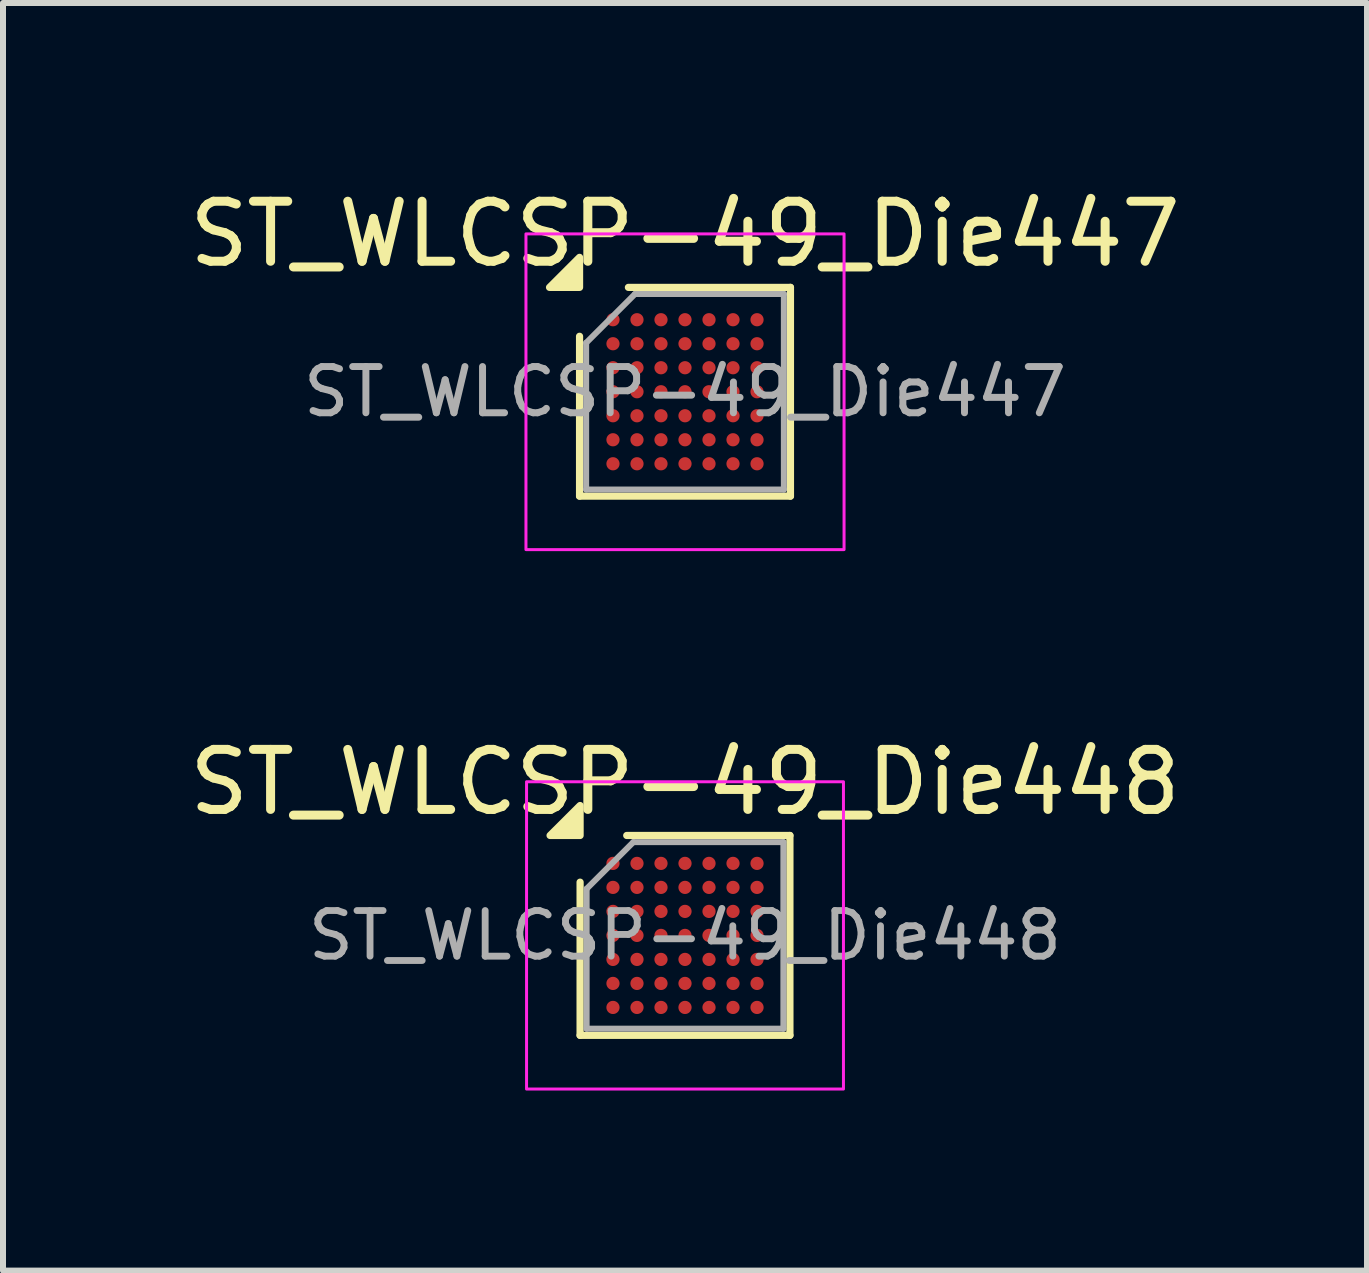
<source format=kicad_pcb>
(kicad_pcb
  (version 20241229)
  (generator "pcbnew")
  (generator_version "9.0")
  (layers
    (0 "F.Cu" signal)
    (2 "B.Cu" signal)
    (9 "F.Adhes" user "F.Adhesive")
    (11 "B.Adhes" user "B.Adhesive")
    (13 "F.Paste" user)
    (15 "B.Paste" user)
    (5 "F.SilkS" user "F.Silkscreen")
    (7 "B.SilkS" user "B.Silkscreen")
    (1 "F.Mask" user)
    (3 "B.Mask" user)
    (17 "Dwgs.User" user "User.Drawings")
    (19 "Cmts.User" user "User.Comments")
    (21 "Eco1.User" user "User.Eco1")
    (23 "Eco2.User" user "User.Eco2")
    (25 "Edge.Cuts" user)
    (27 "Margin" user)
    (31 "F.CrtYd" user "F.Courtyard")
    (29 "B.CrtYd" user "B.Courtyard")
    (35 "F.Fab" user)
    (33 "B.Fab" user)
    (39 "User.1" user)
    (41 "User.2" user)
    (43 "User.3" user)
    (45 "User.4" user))
  (footprint "ST_WLCSP-49_Die447"
    (layer "F.Cu")
    (at 8.363 3.477)
    (property "Reference" "ST_WLCSP-49_Die447" (at 0 -2.629 0) (layer "F.SilkS") (effects (font (size 1 1) (thickness 0.15))))
    (attr smd)
    (fp_line (start -1.757 1.739) (end -1.757 -0.924) (stroke (width 0.12) (type solid)) (layer "F.SilkS"))
    (fp_line (start -0.943 -1.739) (end 1.757 -1.739) (stroke (width 0.12) (type solid)) (layer "F.SilkS"))
    (fp_line (start 1.757 -1.739) (end 1.757 1.739) (stroke (width 0.12) (type solid)) (layer "F.SilkS"))
    (fp_line (start 1.757 1.739) (end -1.757 1.739) (stroke (width 0.12) (type solid)) (layer "F.SilkS"))
    (fp_poly (pts (xy -1.757 -1.739) (xy -2.257 -1.739) (xy -1.757 -2.239)) (stroke (width 0.12) (type solid)) (fill yes) (layer "F.SilkS"))
    (fp_rect (start -2.65 -2.63) (end 2.65 2.63) (stroke (width 0.05) (type solid)) (fill no) (layer "F.CrtYd"))
    (fp_line (start -1.647 -0.815) (end -0.833 -1.629) (stroke (width 0.1) (type solid)) (layer "F.Fab"))
    (fp_line (start -1.647 1.629) (end -1.647 -0.815) (stroke (width 0.1) (type solid)) (layer "F.Fab"))
    (fp_line (start -0.833 -1.629) (end 1.647 -1.629) (stroke (width 0.1) (type solid)) (layer "F.Fab"))
    (fp_line (start 1.647 -1.629) (end 1.647 1.629) (stroke (width 0.1) (type solid)) (layer "F.Fab"))
    (fp_line (start 1.647 1.629) (end -1.647 1.629) (stroke (width 0.1) (type solid)) (layer "F.Fab"))
    (fp_text user "${REFERENCE}" (at 0 0 0) (layer "F.Fab") (effects (font (size 0.77 0.77) (thickness 0.116))))
    (pad "A1" smd circle (at -1.2 -1.2) (size 0.22 0.22) (property pad_prop_bga) (layers "F.Cu" "F.Mask" "F.Paste"))
    (pad "A2" smd circle (at -0.8 -1.2) (size 0.22 0.22) (property pad_prop_bga) (layers "F.Cu" "F.Mask" "F.Paste"))
    (pad "A3" smd circle (at -0.4 -1.2) (size 0.22 0.22) (property pad_prop_bga) (layers "F.Cu" "F.Mask" "F.Paste"))
    (pad "A4" smd circle (at 0 -1.2) (size 0.22 0.22) (property pad_prop_bga) (layers "F.Cu" "F.Mask" "F.Paste"))
    (pad "A5" smd circle (at 0.4 -1.2) (size 0.22 0.22) (property pad_prop_bga) (layers "F.Cu" "F.Mask" "F.Paste"))
    (pad "A6" smd circle (at 0.8 -1.2) (size 0.22 0.22) (property pad_prop_bga) (layers "F.Cu" "F.Mask" "F.Paste"))
    (pad "A7" smd circle (at 1.2 -1.2) (size 0.22 0.22) (property pad_prop_bga) (layers "F.Cu" "F.Mask" "F.Paste"))
    (pad "B1" smd circle (at -1.2 -0.8) (size 0.22 0.22) (property pad_prop_bga) (layers "F.Cu" "F.Mask" "F.Paste"))
    (pad "B2" smd circle (at -0.8 -0.8) (size 0.22 0.22) (property pad_prop_bga) (layers "F.Cu" "F.Mask" "F.Paste"))
    (pad "B3" smd circle (at -0.4 -0.8) (size 0.22 0.22) (property pad_prop_bga) (layers "F.Cu" "F.Mask" "F.Paste"))
    (pad "B4" smd circle (at 0 -0.8) (size 0.22 0.22) (property pad_prop_bga) (layers "F.Cu" "F.Mask" "F.Paste"))
    (pad "B5" smd circle (at 0.4 -0.8) (size 0.22 0.22) (property pad_prop_bga) (layers "F.Cu" "F.Mask" "F.Paste"))
    (pad "B6" smd circle (at 0.8 -0.8) (size 0.22 0.22) (property pad_prop_bga) (layers "F.Cu" "F.Mask" "F.Paste"))
    (pad "B7" smd circle (at 1.2 -0.8) (size 0.22 0.22) (property pad_prop_bga) (layers "F.Cu" "F.Mask" "F.Paste"))
    (pad "C1" smd circle (at -1.2 -0.4) (size 0.22 0.22) (property pad_prop_bga) (layers "F.Cu" "F.Mask" "F.Paste"))
    (pad "C2" smd circle (at -0.8 -0.4) (size 0.22 0.22) (property pad_prop_bga) (layers "F.Cu" "F.Mask" "F.Paste"))
    (pad "C3" smd circle (at -0.4 -0.4) (size 0.22 0.22) (property pad_prop_bga) (layers "F.Cu" "F.Mask" "F.Paste"))
    (pad "C4" smd circle (at 0 -0.4) (size 0.22 0.22) (property pad_prop_bga) (layers "F.Cu" "F.Mask" "F.Paste"))
    (pad "C5" smd circle (at 0.4 -0.4) (size 0.22 0.22) (property pad_prop_bga) (layers "F.Cu" "F.Mask" "F.Paste"))
    (pad "C6" smd circle (at 0.8 -0.4) (size 0.22 0.22) (property pad_prop_bga) (layers "F.Cu" "F.Mask" "F.Paste"))
    (pad "C7" smd circle (at 1.2 -0.4) (size 0.22 0.22) (property pad_prop_bga) (layers "F.Cu" "F.Mask" "F.Paste"))
    (pad "D1" smd circle (at -1.2 0) (size 0.22 0.22) (property pad_prop_bga) (layers "F.Cu" "F.Mask" "F.Paste"))
    (pad "D2" smd circle (at -0.8 0) (size 0.22 0.22) (property pad_prop_bga) (layers "F.Cu" "F.Mask" "F.Paste"))
    (pad "D3" smd circle (at -0.4 0) (size 0.22 0.22) (property pad_prop_bga) (layers "F.Cu" "F.Mask" "F.Paste"))
    (pad "D4" smd circle (at 0 0) (size 0.22 0.22) (property pad_prop_bga) (layers "F.Cu" "F.Mask" "F.Paste"))
    (pad "D5" smd circle (at 0.4 0) (size 0.22 0.22) (property pad_prop_bga) (layers "F.Cu" "F.Mask" "F.Paste"))
    (pad "D6" smd circle (at 0.8 0) (size 0.22 0.22) (property pad_prop_bga) (layers "F.Cu" "F.Mask" "F.Paste"))
    (pad "D7" smd circle (at 1.2 0) (size 0.22 0.22) (property pad_prop_bga) (layers "F.Cu" "F.Mask" "F.Paste"))
    (pad "E1" smd circle (at -1.2 0.4) (size 0.22 0.22) (property pad_prop_bga) (layers "F.Cu" "F.Mask" "F.Paste"))
    (pad "E2" smd circle (at -0.8 0.4) (size 0.22 0.22) (property pad_prop_bga) (layers "F.Cu" "F.Mask" "F.Paste"))
    (pad "E3" smd circle (at -0.4 0.4) (size 0.22 0.22) (property pad_prop_bga) (layers "F.Cu" "F.Mask" "F.Paste"))
    (pad "E4" smd circle (at 0 0.4) (size 0.22 0.22) (property pad_prop_bga) (layers "F.Cu" "F.Mask" "F.Paste"))
    (pad "E5" smd circle (at 0.4 0.4) (size 0.22 0.22) (property pad_prop_bga) (layers "F.Cu" "F.Mask" "F.Paste"))
    (pad "E6" smd circle (at 0.8 0.4) (size 0.22 0.22) (property pad_prop_bga) (layers "F.Cu" "F.Mask" "F.Paste"))
    (pad "E7" smd circle (at 1.2 0.4) (size 0.22 0.22) (property pad_prop_bga) (layers "F.Cu" "F.Mask" "F.Paste"))
    (pad "F1" smd circle (at -1.2 0.8) (size 0.22 0.22) (property pad_prop_bga) (layers "F.Cu" "F.Mask" "F.Paste"))
    (pad "F2" smd circle (at -0.8 0.8) (size 0.22 0.22) (property pad_prop_bga) (layers "F.Cu" "F.Mask" "F.Paste"))
    (pad "F3" smd circle (at -0.4 0.8) (size 0.22 0.22) (property pad_prop_bga) (layers "F.Cu" "F.Mask" "F.Paste"))
    (pad "F4" smd circle (at 0 0.8) (size 0.22 0.22) (property pad_prop_bga) (layers "F.Cu" "F.Mask" "F.Paste"))
    (pad "F5" smd circle (at 0.4 0.8) (size 0.22 0.22) (property pad_prop_bga) (layers "F.Cu" "F.Mask" "F.Paste"))
    (pad "F6" smd circle (at 0.8 0.8) (size 0.22 0.22) (property pad_prop_bga) (layers "F.Cu" "F.Mask" "F.Paste"))
    (pad "F7" smd circle (at 1.2 0.8) (size 0.22 0.22) (property pad_prop_bga) (layers "F.Cu" "F.Mask" "F.Paste"))
    (pad "G1" smd circle (at -1.2 1.2) (size 0.22 0.22) (property pad_prop_bga) (layers "F.Cu" "F.Mask" "F.Paste"))
    (pad "G2" smd circle (at -0.8 1.2) (size 0.22 0.22) (property pad_prop_bga) (layers "F.Cu" "F.Mask" "F.Paste"))
    (pad "G3" smd circle (at -0.4 1.2) (size 0.22 0.22) (property pad_prop_bga) (layers "F.Cu" "F.Mask" "F.Paste"))
    (pad "G4" smd circle (at 0 1.2) (size 0.22 0.22) (property pad_prop_bga) (layers "F.Cu" "F.Mask" "F.Paste"))
    (pad "G5" smd circle (at 0.4 1.2) (size 0.22 0.22) (property pad_prop_bga) (layers "F.Cu" "F.Mask" "F.Paste"))
    (pad "G6" smd circle (at 0.8 1.2) (size 0.22 0.22) (property pad_prop_bga) (layers "F.Cu" "F.Mask" "F.Paste"))
    (pad "G7" smd circle (at 1.2 1.2) (size 0.22 0.22) (property pad_prop_bga) (layers "F.Cu" "F.Mask" "F.Paste")))
  (footprint "ST_WLCSP-49_Die448"
    (layer "F.Cu")
    (at 8.363 12.535)
    (property "Reference" "ST_WLCSP-49_Die448" (at 0 -2.554 0) (layer "F.SilkS") (effects (font (size 1 1) (thickness 0.15))))
    (attr smd)
    (fp_line (start -1.748 1.665) (end -1.748 -0.887) (stroke (width 0.12) (type solid)) (layer "F.SilkS"))
    (fp_line (start -0.971 -1.665) (end 1.748 -1.665) (stroke (width 0.12) (type solid)) (layer "F.SilkS"))
    (fp_line (start 1.748 -1.665) (end 1.748 1.665) (stroke (width 0.12) (type solid)) (layer "F.SilkS"))
    (fp_line (start 1.748 1.665) (end -1.748 1.665) (stroke (width 0.12) (type solid)) (layer "F.SilkS"))
    (fp_poly (pts (xy -1.748 -1.665) (xy -2.248 -1.665) (xy -1.748 -2.164)) (stroke (width 0.12) (type solid)) (fill yes) (layer "F.SilkS"))
    (fp_rect (start -2.64 -2.56) (end 2.64 2.56) (stroke (width 0.05) (type solid)) (fill no) (layer "F.CrtYd"))
    (fp_line (start -1.639 -0.777) (end -0.861 -1.554) (stroke (width 0.1) (type solid)) (layer "F.Fab"))
    (fp_line (start -1.639 1.554) (end -1.639 -0.777) (stroke (width 0.1) (type solid)) (layer "F.Fab"))
    (fp_line (start -0.861 -1.554) (end 1.639 -1.554) (stroke (width 0.1) (type solid)) (layer "F.Fab"))
    (fp_line (start 1.639 -1.554) (end 1.639 1.554) (stroke (width 0.1) (type solid)) (layer "F.Fab"))
    (fp_line (start 1.639 1.554) (end -1.639 1.554) (stroke (width 0.1) (type solid)) (layer "F.Fab"))
    (fp_text user "${REFERENCE}" (at 0 0 0) (layer "F.Fab") (effects (font (size 0.76 0.76) (thickness 0.114))))
    (pad "A1" smd circle (at -1.2 -1.2) (size 0.22 0.22) (property pad_prop_bga) (layers "F.Cu" "F.Mask" "F.Paste"))
    (pad "A2" smd circle (at -0.8 -1.2) (size 0.22 0.22) (property pad_prop_bga) (layers "F.Cu" "F.Mask" "F.Paste"))
    (pad "A3" smd circle (at -0.4 -1.2) (size 0.22 0.22) (property pad_prop_bga) (layers "F.Cu" "F.Mask" "F.Paste"))
    (pad "A4" smd circle (at 0 -1.2) (size 0.22 0.22) (property pad_prop_bga) (layers "F.Cu" "F.Mask" "F.Paste"))
    (pad "A5" smd circle (at 0.4 -1.2) (size 0.22 0.22) (property pad_prop_bga) (layers "F.Cu" "F.Mask" "F.Paste"))
    (pad "A6" smd circle (at 0.8 -1.2) (size 0.22 0.22) (property pad_prop_bga) (layers "F.Cu" "F.Mask" "F.Paste"))
    (pad "A7" smd circle (at 1.2 -1.2) (size 0.22 0.22) (property pad_prop_bga) (layers "F.Cu" "F.Mask" "F.Paste"))
    (pad "B1" smd circle (at -1.2 -0.8) (size 0.22 0.22) (property pad_prop_bga) (layers "F.Cu" "F.Mask" "F.Paste"))
    (pad "B2" smd circle (at -0.8 -0.8) (size 0.22 0.22) (property pad_prop_bga) (layers "F.Cu" "F.Mask" "F.Paste"))
    (pad "B3" smd circle (at -0.4 -0.8) (size 0.22 0.22) (property pad_prop_bga) (layers "F.Cu" "F.Mask" "F.Paste"))
    (pad "B4" smd circle (at 0 -0.8) (size 0.22 0.22) (property pad_prop_bga) (layers "F.Cu" "F.Mask" "F.Paste"))
    (pad "B5" smd circle (at 0.4 -0.8) (size 0.22 0.22) (property pad_prop_bga) (layers "F.Cu" "F.Mask" "F.Paste"))
    (pad "B6" smd circle (at 0.8 -0.8) (size 0.22 0.22) (property pad_prop_bga) (layers "F.Cu" "F.Mask" "F.Paste"))
    (pad "B7" smd circle (at 1.2 -0.8) (size 0.22 0.22) (property pad_prop_bga) (layers "F.Cu" "F.Mask" "F.Paste"))
    (pad "C1" smd circle (at -1.2 -0.4) (size 0.22 0.22) (property pad_prop_bga) (layers "F.Cu" "F.Mask" "F.Paste"))
    (pad "C2" smd circle (at -0.8 -0.4) (size 0.22 0.22) (property pad_prop_bga) (layers "F.Cu" "F.Mask" "F.Paste"))
    (pad "C3" smd circle (at -0.4 -0.4) (size 0.22 0.22) (property pad_prop_bga) (layers "F.Cu" "F.Mask" "F.Paste"))
    (pad "C4" smd circle (at 0 -0.4) (size 0.22 0.22) (property pad_prop_bga) (layers "F.Cu" "F.Mask" "F.Paste"))
    (pad "C5" smd circle (at 0.4 -0.4) (size 0.22 0.22) (property pad_prop_bga) (layers "F.Cu" "F.Mask" "F.Paste"))
    (pad "C6" smd circle (at 0.8 -0.4) (size 0.22 0.22) (property pad_prop_bga) (layers "F.Cu" "F.Mask" "F.Paste"))
    (pad "C7" smd circle (at 1.2 -0.4) (size 0.22 0.22) (property pad_prop_bga) (layers "F.Cu" "F.Mask" "F.Paste"))
    (pad "D1" smd circle (at -1.2 0) (size 0.22 0.22) (property pad_prop_bga) (layers "F.Cu" "F.Mask" "F.Paste"))
    (pad "D2" smd circle (at -0.8 0) (size 0.22 0.22) (property pad_prop_bga) (layers "F.Cu" "F.Mask" "F.Paste"))
    (pad "D3" smd circle (at -0.4 0) (size 0.22 0.22) (property pad_prop_bga) (layers "F.Cu" "F.Mask" "F.Paste"))
    (pad "D4" smd circle (at 0 0) (size 0.22 0.22) (property pad_prop_bga) (layers "F.Cu" "F.Mask" "F.Paste"))
    (pad "D5" smd circle (at 0.4 0) (size 0.22 0.22) (property pad_prop_bga) (layers "F.Cu" "F.Mask" "F.Paste"))
    (pad "D6" smd circle (at 0.8 0) (size 0.22 0.22) (property pad_prop_bga) (layers "F.Cu" "F.Mask" "F.Paste"))
    (pad "D7" smd circle (at 1.2 0) (size 0.22 0.22) (property pad_prop_bga) (layers "F.Cu" "F.Mask" "F.Paste"))
    (pad "E1" smd circle (at -1.2 0.4) (size 0.22 0.22) (property pad_prop_bga) (layers "F.Cu" "F.Mask" "F.Paste"))
    (pad "E2" smd circle (at -0.8 0.4) (size 0.22 0.22) (property pad_prop_bga) (layers "F.Cu" "F.Mask" "F.Paste"))
    (pad "E3" smd circle (at -0.4 0.4) (size 0.22 0.22) (property pad_prop_bga) (layers "F.Cu" "F.Mask" "F.Paste"))
    (pad "E4" smd circle (at 0 0.4) (size 0.22 0.22) (property pad_prop_bga) (layers "F.Cu" "F.Mask" "F.Paste"))
    (pad "E5" smd circle (at 0.4 0.4) (size 0.22 0.22) (property pad_prop_bga) (layers "F.Cu" "F.Mask" "F.Paste"))
    (pad "E6" smd circle (at 0.8 0.4) (size 0.22 0.22) (property pad_prop_bga) (layers "F.Cu" "F.Mask" "F.Paste"))
    (pad "E7" smd circle (at 1.2 0.4) (size 0.22 0.22) (property pad_prop_bga) (layers "F.Cu" "F.Mask" "F.Paste"))
    (pad "F1" smd circle (at -1.2 0.8) (size 0.22 0.22) (property pad_prop_bga) (layers "F.Cu" "F.Mask" "F.Paste"))
    (pad "F2" smd circle (at -0.8 0.8) (size 0.22 0.22) (property pad_prop_bga) (layers "F.Cu" "F.Mask" "F.Paste"))
    (pad "F3" smd circle (at -0.4 0.8) (size 0.22 0.22) (property pad_prop_bga) (layers "F.Cu" "F.Mask" "F.Paste"))
    (pad "F4" smd circle (at 0 0.8) (size 0.22 0.22) (property pad_prop_bga) (layers "F.Cu" "F.Mask" "F.Paste"))
    (pad "F5" smd circle (at 0.4 0.8) (size 0.22 0.22) (property pad_prop_bga) (layers "F.Cu" "F.Mask" "F.Paste"))
    (pad "F6" smd circle (at 0.8 0.8) (size 0.22 0.22) (property pad_prop_bga) (layers "F.Cu" "F.Mask" "F.Paste"))
    (pad "F7" smd circle (at 1.2 0.8) (size 0.22 0.22) (property pad_prop_bga) (layers "F.Cu" "F.Mask" "F.Paste"))
    (pad "G1" smd circle (at -1.2 1.2) (size 0.22 0.22) (property pad_prop_bga) (layers "F.Cu" "F.Mask" "F.Paste"))
    (pad "G2" smd circle (at -0.8 1.2) (size 0.22 0.22) (property pad_prop_bga) (layers "F.Cu" "F.Mask" "F.Paste"))
    (pad "G3" smd circle (at -0.4 1.2) (size 0.22 0.22) (property pad_prop_bga) (layers "F.Cu" "F.Mask" "F.Paste"))
    (pad "G4" smd circle (at 0 1.2) (size 0.22 0.22) (property pad_prop_bga) (layers "F.Cu" "F.Mask" "F.Paste"))
    (pad "G5" smd circle (at 0.4 1.2) (size 0.22 0.22) (property pad_prop_bga) (layers "F.Cu" "F.Mask" "F.Paste"))
    (pad "G6" smd circle (at 0.8 1.2) (size 0.22 0.22) (property pad_prop_bga) (layers "F.Cu" "F.Mask" "F.Paste"))
    (pad "G7" smd circle (at 1.2 1.2) (size 0.22 0.22) (property pad_prop_bga) (layers "F.Cu" "F.Mask" "F.Paste")))
  (gr_rect
    (start -3 -3)
    (end 19.726 18.12)
    (stroke (width 0.1) (type default))
    (fill no)
    (layer "Edge.Cuts")))
</source>
